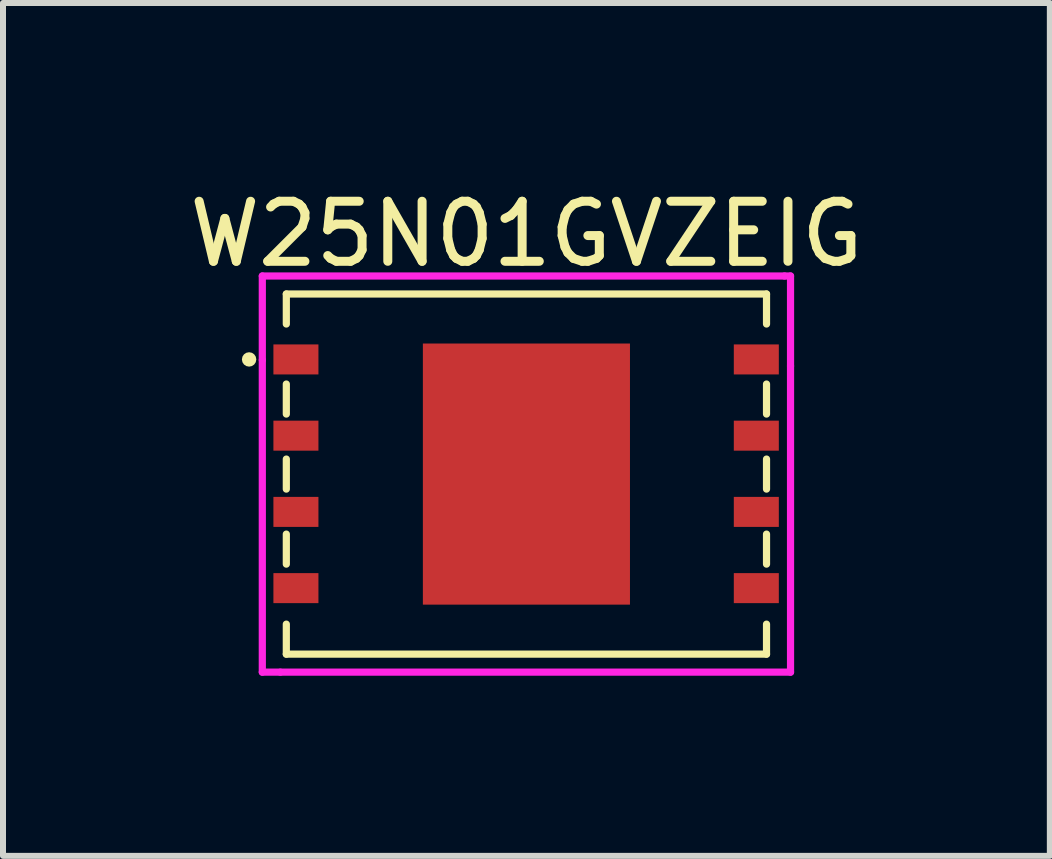
<source format=kicad_pcb>
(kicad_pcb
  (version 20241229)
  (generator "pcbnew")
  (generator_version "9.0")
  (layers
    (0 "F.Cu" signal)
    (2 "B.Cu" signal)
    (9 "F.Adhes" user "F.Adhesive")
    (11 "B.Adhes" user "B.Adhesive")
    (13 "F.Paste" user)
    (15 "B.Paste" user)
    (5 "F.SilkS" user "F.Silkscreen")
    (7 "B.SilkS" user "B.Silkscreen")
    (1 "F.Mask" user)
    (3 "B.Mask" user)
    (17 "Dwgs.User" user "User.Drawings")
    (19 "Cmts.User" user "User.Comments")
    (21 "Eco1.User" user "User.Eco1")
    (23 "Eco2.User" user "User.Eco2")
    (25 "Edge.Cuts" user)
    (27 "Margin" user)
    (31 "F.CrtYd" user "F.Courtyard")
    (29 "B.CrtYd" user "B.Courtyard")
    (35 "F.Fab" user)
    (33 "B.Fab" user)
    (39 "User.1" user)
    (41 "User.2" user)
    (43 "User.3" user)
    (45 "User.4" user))
  (footprint "W25N01GVZEIG"
    (layer "F.Cu")
    (at 5.72 4.848)
    (property "Reference" "W25N01GVZEIG" (at 0 -4 0) (layer "F.SilkS") (effects (font (size 1 1) (thickness 0.15))))
    (attr smd)
    (fp_line (start -4 -3) (end 4 -3) (stroke (width 0.12) (type solid)) (layer "F.SilkS"))
    (fp_line (start -4 -2.5) (end -4 -3) (stroke (width 0.12) (type solid)) (layer "F.SilkS"))
    (fp_line (start -4 -1) (end -4 -1.5) (stroke (width 0.12) (type solid)) (layer "F.SilkS"))
    (fp_line (start -4 0.25) (end -4 -0.25) (stroke (width 0.12) (type solid)) (layer "F.SilkS"))
    (fp_line (start -4 1.5) (end -4 1) (stroke (width 0.12) (type solid)) (layer "F.SilkS"))
    (fp_line (start -4 2.5) (end -4 3) (stroke (width 0.12) (type solid)) (layer "F.SilkS"))
    (fp_line (start -4 3) (end 4 3) (stroke (width 0.12) (type solid)) (layer "F.SilkS"))
    (fp_line (start 4 -3) (end 4 -2.5) (stroke (width 0.12) (type solid)) (layer "F.SilkS"))
    (fp_line (start 4 -1) (end 4 -1.5) (stroke (width 0.12) (type solid)) (layer "F.SilkS"))
    (fp_line (start 4 0.25) (end 4 -0.25) (stroke (width 0.12) (type solid)) (layer "F.SilkS"))
    (fp_line (start 4 1) (end 4 1.5) (stroke (width 0.12) (type solid)) (layer "F.SilkS"))
    (fp_line (start 4 3) (end 4 2.5) (stroke (width 0.12) (type solid)) (layer "F.SilkS"))
    (fp_circle (center -4.62 -1.91) (end -4.56 -1.91) (stroke (width 0.12) (type solid)) (fill no) (layer "F.SilkS"))
    (fp_line (start -4.4 -3.3) (end 4.3 -3.3) (stroke (width 0.12) (type solid)) (layer "F.CrtYd"))
    (fp_line (start -4.4 -1.9) (end -4.4 -3.3) (stroke (width 0.12) (type solid)) (layer "F.CrtYd"))
    (fp_line (start -4.4 -1.9) (end -4.4 3.3) (stroke (width 0.12) (type solid)) (layer "F.CrtYd"))
    (fp_line (start -4.4 3.3) (end -4.1 3.3) (stroke (width 0.12) (type solid)) (layer "F.CrtYd"))
    (fp_line (start 4.4 -3.3) (end 4.3 -3.3) (stroke (width 0.12) (type solid)) (layer "F.CrtYd"))
    (fp_line (start 4.4 -1.8) (end 4.4 -3.3) (stroke (width 0.12) (type solid)) (layer "F.CrtYd"))
    (fp_line (start 4.4 -1.8) (end 4.4 3.3) (stroke (width 0.12) (type solid)) (layer "F.CrtYd"))
    (fp_line (start 4.4 3.3) (end -4.1 3.3) (stroke (width 0.12) (type solid)) (layer "F.CrtYd"))
    (pad "1" smd rect (at -3.84 -1.91) (size 0.75 0.5) (layers "F.Cu" "F.Mask" "F.Paste"))
    (pad "2" smd rect (at -3.84 -0.64) (size 0.75 0.5) (layers "F.Cu" "F.Mask" "F.Paste"))
    (pad "3" smd rect (at -3.84 0.63) (size 0.75 0.5) (layers "F.Cu" "F.Mask" "F.Paste"))
    (pad "4" smd rect (at -3.84 1.9) (size 0.75 0.5) (layers "F.Cu" "F.Mask" "F.Paste"))
    (pad "5" smd rect (at 3.83 1.9) (size 0.75 0.5) (layers "F.Cu" "F.Mask" "F.Paste"))
    (pad "6" smd rect (at 3.83 0.63) (size 0.75 0.5) (layers "F.Cu" "F.Mask" "F.Paste"))
    (pad "7" smd rect (at 3.83 -0.64) (size 0.75 0.5) (layers "F.Cu" "F.Mask" "F.Paste"))
    (pad "8" smd rect (at 3.83 -1.91) (size 0.75 0.5) (layers "F.Cu" "F.Mask" "F.Paste"))
    (pad "9" smd rect (at 0 0) (size 3.45 4.35) (layers "F.Cu" "F.Mask" "F.Paste")))
  (gr_rect
    (start -3 -3)
    (end 14.44 11.208)
    (stroke (width 0.1) (type default))
    (fill no)
    (layer "Edge.Cuts")))
</source>
